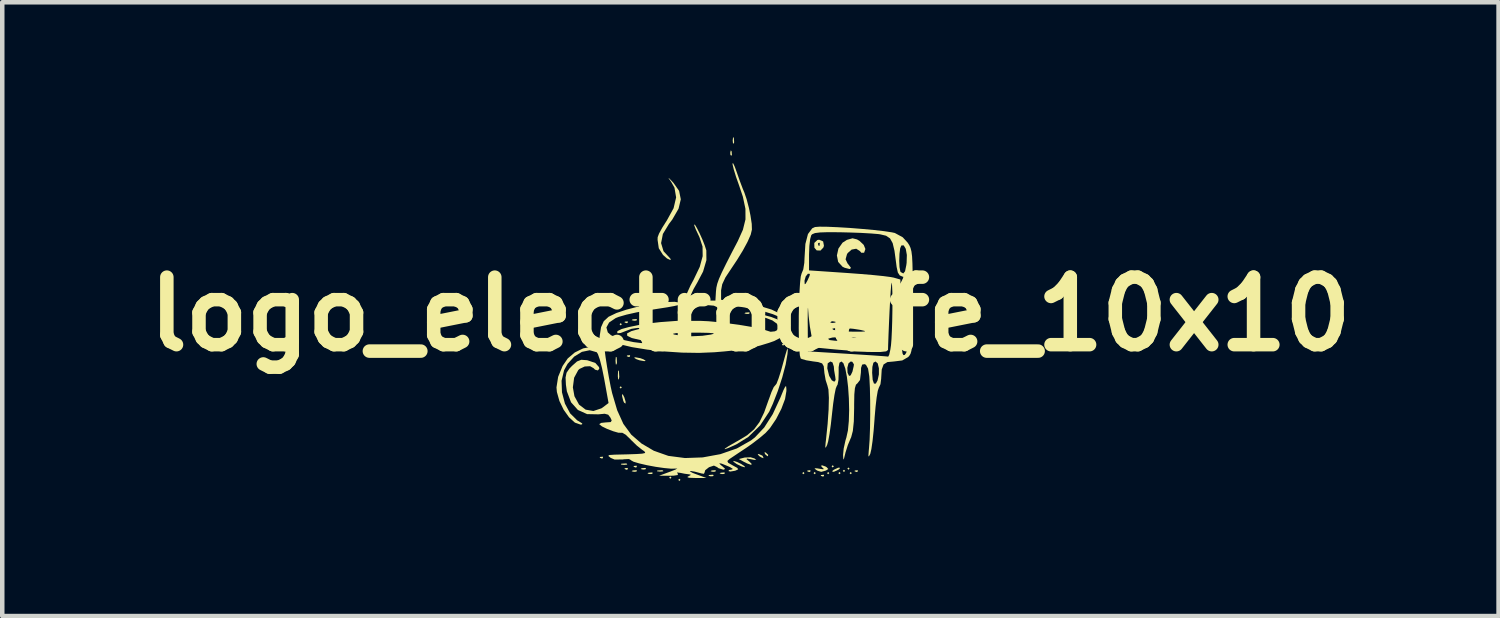
<source format=kicad_pcb>
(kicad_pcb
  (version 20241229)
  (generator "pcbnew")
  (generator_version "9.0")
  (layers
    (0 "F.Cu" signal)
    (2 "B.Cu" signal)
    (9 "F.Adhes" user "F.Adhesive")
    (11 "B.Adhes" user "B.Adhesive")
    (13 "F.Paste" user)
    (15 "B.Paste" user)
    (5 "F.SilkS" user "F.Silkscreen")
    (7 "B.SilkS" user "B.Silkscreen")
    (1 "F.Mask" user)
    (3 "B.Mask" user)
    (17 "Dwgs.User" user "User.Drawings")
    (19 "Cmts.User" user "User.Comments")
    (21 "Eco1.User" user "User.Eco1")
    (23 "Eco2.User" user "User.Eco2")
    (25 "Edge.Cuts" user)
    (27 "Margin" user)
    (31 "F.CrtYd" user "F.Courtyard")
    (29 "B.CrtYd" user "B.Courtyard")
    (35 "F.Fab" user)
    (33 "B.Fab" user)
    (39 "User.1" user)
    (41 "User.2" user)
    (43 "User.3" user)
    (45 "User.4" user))
  (footprint "logo_electrocafe_10x10"
    (layer "F.Cu")
    (at 13.621 3.929)
    (property "Reference" "logo_electrocafe_10x10" (at 0 0 0) (layer "F.SilkS") (effects (font (size 1.5 1.5) (thickness 0.3))))
    (attr board_only exclude_from_pos_files exclude_from_bom)
    (fp_poly (pts (xy -2.856 0.225) (xy -2.881 0.25) (xy -2.906 0.225) (xy -2.881 0.2)) (stroke (width 0) (type solid)) (fill yes) (layer "F.SilkS"))
    (fp_poly (pts (xy -2.856 1.628) (xy -2.881 1.653) (xy -2.906 1.628) (xy -2.881 1.603)) (stroke (width 0) (type solid)) (fill yes) (layer "F.SilkS"))
    (fp_poly (pts (xy -1.753 3.632) (xy -1.779 3.657) (xy -1.804 3.632) (xy -1.779 3.607)) (stroke (width 0) (type solid)) (fill yes) (layer "F.SilkS"))
    (fp_poly (pts (xy -1.553 3.682) (xy -1.578 3.707) (xy -1.603 3.682) (xy -1.578 3.657)) (stroke (width 0) (type solid)) (fill yes) (layer "F.SilkS"))
    (fp_poly (pts (xy 0.751 0.676) (xy 0.726 0.701) (xy 0.701 0.676) (xy 0.726 0.651)) (stroke (width 0) (type solid)) (fill yes) (layer "F.SilkS"))
    (fp_poly (pts (xy 1.202 3.532) (xy 1.177 3.557) (xy 1.152 3.532) (xy 1.177 3.507)) (stroke (width 0) (type solid)) (fill yes) (layer "F.SilkS"))
    (fp_poly (pts (xy 1.453 3.532) (xy 1.428 3.557) (xy 1.403 3.532) (xy 1.428 3.507)) (stroke (width 0) (type solid)) (fill yes) (layer "F.SilkS"))
    (fp_poly (pts (xy 1.753 3.532) (xy 1.728 3.557) (xy 1.703 3.532) (xy 1.728 3.507)) (stroke (width 0) (type solid)) (fill yes) (layer "F.SilkS"))
    (fp_poly (pts (xy 1.854 3.382) (xy 1.829 3.407) (xy 1.804 3.382) (xy 1.829 3.357)) (stroke (width 0) (type solid)) (fill yes) (layer "F.SilkS"))
    (fp_poly (pts (xy 2.004 3.532) (xy 1.979 3.557) (xy 1.954 3.532) (xy 1.979 3.507)) (stroke (width 0) (type solid)) (fill yes) (layer "F.SilkS"))
    (fp_poly (pts (xy 2.104 3.482) (xy 2.079 3.507) (xy 2.054 3.482) (xy 2.079 3.457)) (stroke (width 0) (type solid)) (fill yes) (layer "F.SilkS"))
    (fp_poly (pts (xy 2.204 3.432) (xy 2.179 3.457) (xy 2.154 3.432) (xy 2.179 3.407)) (stroke (width 0) (type solid)) (fill yes) (layer "F.SilkS"))
    (fp_poly (pts (xy 2.254 3.532) (xy 2.229 3.557) (xy 2.204 3.532) (xy 2.229 3.507)) (stroke (width 0) (type solid)) (fill yes) (layer "F.SilkS"))
    (fp_poly (pts (xy -3.273 3.173) (xy -3.28 3.203) (xy -3.307 3.206) (xy -3.348 3.188) (xy -3.34 3.173) (xy -3.28 3.167)) (stroke (width 0) (type solid)) (fill yes) (layer "F.SilkS"))
    (fp_poly (pts (xy -2.743 3.323) (xy -2.737 3.342) (xy -2.806 3.349) (xy -2.877 3.341) (xy -2.868 3.323) (xy -2.766 3.317)) (stroke (width 0) (type solid)) (fill yes) (layer "F.SilkS"))
    (fp_poly (pts (xy -2.722 0.167) (xy -2.729 0.197) (xy -2.755 0.2) (xy -2.797 0.182) (xy -2.789 0.167) (xy -2.729 0.161)) (stroke (width 0) (type solid)) (fill yes) (layer "F.SilkS"))
    (fp_poly (pts (xy -2.722 3.423) (xy -2.729 3.453) (xy -2.755 3.457) (xy -2.797 3.438) (xy -2.789 3.423) (xy -2.729 3.417)) (stroke (width 0) (type solid)) (fill yes) (layer "F.SilkS"))
    (fp_poly (pts (xy -2.672 0.918) (xy -2.679 0.948) (xy -2.705 0.952) (xy -2.747 0.934) (xy -2.739 0.918) (xy -2.679 0.912)) (stroke (width 0) (type solid)) (fill yes) (layer "F.SilkS"))
    (fp_poly (pts (xy -2.522 3.373) (xy -2.529 3.403) (xy -2.555 3.407) (xy -2.596 3.388) (xy -2.588 3.373) (xy -2.529 3.367)) (stroke (width 0) (type solid)) (fill yes) (layer "F.SilkS"))
    (fp_poly (pts (xy -2.518 0.12) (xy -2.533 0.143) (xy -2.584 0.146) (xy -2.638 0.134) (xy -2.615 0.116) (xy -2.536 0.11)) (stroke (width 0) (type solid)) (fill yes) (layer "F.SilkS"))
    (fp_poly (pts (xy -2.518 3.477) (xy -2.533 3.499) (xy -2.584 3.503) (xy -2.638 3.491) (xy -2.615 3.473) (xy -2.536 3.467)) (stroke (width 0) (type solid)) (fill yes) (layer "F.SilkS"))
    (fp_poly (pts (xy -2.318 3.427) (xy -2.333 3.449) (xy -2.384 3.453) (xy -2.437 3.441) (xy -2.414 3.423) (xy -2.336 3.417)) (stroke (width 0) (type solid)) (fill yes) (layer "F.SilkS"))
    (fp_poly (pts (xy -2.268 0.07) (xy -2.283 0.093) (xy -2.334 0.096) (xy -2.387 0.084) (xy -2.364 0.066) (xy -2.286 0.06)) (stroke (width 0) (type solid)) (fill yes) (layer "F.SilkS"))
    (fp_poly (pts (xy -2.168 3.527) (xy -2.183 3.55) (xy -2.234 3.553) (xy -2.287 3.541) (xy -2.264 3.523) (xy -2.186 3.517)) (stroke (width 0) (type solid)) (fill yes) (layer "F.SilkS"))
    (fp_poly (pts (xy -1.941 3.474) (xy -1.935 3.492) (xy -2.004 3.499) (xy -2.075 3.491) (xy -2.067 3.474) (xy -1.964 3.467)) (stroke (width 0) (type solid)) (fill yes) (layer "F.SilkS"))
    (fp_poly (pts (xy -0.815 3.577) (xy -0.83 3.6) (xy -0.881 3.603) (xy -0.934 3.591) (xy -0.911 3.573) (xy -0.833 3.567)) (stroke (width 0) (type solid)) (fill yes) (layer "F.SilkS"))
    (fp_poly (pts (xy -0.765 3.477) (xy -0.78 3.499) (xy -0.831 3.503) (xy -0.884 3.491) (xy -0.861 3.473) (xy -0.783 3.467)) (stroke (width 0) (type solid)) (fill yes) (layer "F.SilkS"))
    (fp_poly (pts (xy -0.565 3.527) (xy -0.58 3.55) (xy -0.63 3.553) (xy -0.684 3.541) (xy -0.661 3.523) (xy -0.582 3.517)) (stroke (width 0) (type solid)) (fill yes) (layer "F.SilkS"))
    (fp_poly (pts (xy -0.417 -3.616) (xy -0.411 -3.538) (xy -0.421 -3.52) (xy -0.443 -3.535) (xy -0.447 -3.586) (xy -0.435 -3.64)) (stroke (width 0) (type solid)) (fill yes) (layer "F.SilkS"))
    (fp_poly (pts (xy -0.368 -3.92) (xy -0.361 -3.818) (xy -0.368 -3.795) (xy -0.386 -3.789) (xy -0.393 -3.858) (xy -0.385 -3.929)) (stroke (width 0) (type solid)) (fill yes) (layer "F.SilkS"))
    (fp_poly (pts (xy -0.014 -0.03) (xy -0.029 -0.007) (xy -0.079 -0.004) (xy -0.133 -0.016) (xy -0.11 -0.034) (xy -0.031 -0.04)) (stroke (width 0) (type solid)) (fill yes) (layer "F.SilkS"))
    (fp_poly (pts (xy 1.336 3.474) (xy 1.329 3.503) (xy 1.303 3.507) (xy 1.261 3.489) (xy 1.269 3.474) (xy 1.329 3.468)) (stroke (width 0) (type solid)) (fill yes) (layer "F.SilkS"))
    (fp_poly (pts (xy 1.637 3.574) (xy 1.63 3.603) (xy 1.603 3.607) (xy 1.562 3.589) (xy 1.57 3.574) (xy 1.629 3.568)) (stroke (width 0) (type solid)) (fill yes) (layer "F.SilkS"))
    (fp_poly (pts (xy 2.388 3.474) (xy 2.381 3.503) (xy 2.355 3.507) (xy 2.313 3.489) (xy 2.321 3.474) (xy 2.381 3.468)) (stroke (width 0) (type solid)) (fill yes) (layer "F.SilkS"))
    (fp_poly (pts (xy 0.265 3.143) (xy 0.276 3.156) (xy 0.293 3.201) (xy 0.246 3.184) (xy 0.2 3.156) (xy 0.162 3.116) (xy 0.185 3.107)) (stroke (width 0) (type solid)) (fill yes) (layer "F.SilkS"))
    (fp_poly (pts (xy 0.343 3.076) (xy 0.397 3.127) (xy 0.386 3.156) (xy 0.379 3.156) (xy 0.336 3.121) (xy 0.321 3.098) (xy 0.315 3.064)) (stroke (width 0) (type solid)) (fill yes) (layer "F.SilkS"))
    (fp_poly (pts (xy -2.974 0.957) (xy -2.971 0.965) (xy -2.964 1.074) (xy -2.973 1.116) (xy -2.99 1.117) (xy -2.996 1.039) (xy -2.996 1.027) (xy -2.989 0.949)) (stroke (width 0) (type solid)) (fill yes) (layer "F.SilkS"))
    (fp_poly (pts (xy -2.921 1.265) (xy -2.913 1.392) (xy -2.921 1.44) (xy -2.936 1.456) (xy -2.944 1.387) (xy -2.944 1.353) (xy -2.939 1.262) (xy -2.926 1.251)) (stroke (width 0) (type solid)) (fill yes) (layer "F.SilkS"))
    (fp_poly (pts (xy -2.801 1.848) (xy -2.772 1.945) (xy -2.773 1.988) (xy -2.805 1.967) (xy -2.824 1.927) (xy -2.85 1.823) (xy -2.852 1.787) (xy -2.835 1.782)) (stroke (width 0) (type solid)) (fill yes) (layer "F.SilkS"))
    (fp_poly (pts (xy -2.448 0.978) (xy -2.38 1.002) (xy -2.325 1.035) (xy -2.355 1.045) (xy -2.462 1.026) (xy -2.53 1.002) (xy -2.585 0.969) (xy -2.555 0.959)) (stroke (width 0) (type solid)) (fill yes) (layer "F.SilkS"))
    (fp_poly (pts (xy 1.988 3.429) (xy 1.954 3.457) (xy 1.863 3.499) (xy 1.829 3.505) (xy 1.82 3.485) (xy 1.854 3.457) (xy 1.945 3.414) (xy 1.979 3.408)) (stroke (width 0) (type solid)) (fill yes) (layer "F.SilkS"))
    (fp_poly (pts (xy -0.299 3.283) (xy -0.2 3.332) (xy -0.127 3.381) (xy -0.124 3.403) (xy -0.125 3.403) (xy -0.202 3.38) (xy -0.301 3.332) (xy -0.374 3.282) (xy -0.377 3.26) (xy -0.376 3.26)) (stroke (width 0) (type solid)) (fill yes) (layer "F.SilkS"))
    (fp_poly (pts (xy 0.09 3.206) (xy 0.13 3.237) (xy 0.085 3.238) (xy 0.025 3.226) (xy -0.074 3.208) (xy -0.086 3.222) (xy -0.025 3.274) (xy 0.033 3.332) (xy 0.012 3.347) (xy -0.073 3.317) (xy -0.141 3.283) (xy -0.257 3.219) (xy -0.127 3.186) (xy 0.004 3.18)) (stroke (width 0) (type solid)) (fill yes) (layer "F.SilkS"))
    (fp_poly (pts (xy 1.671 3.386) (xy 1.695 3.401) (xy 1.731 3.441) (xy 1.678 3.475) (xy 1.573 3.504) (xy 1.492 3.479) (xy 1.453 3.455) (xy 1.424 3.424) (xy 1.481 3.426) (xy 1.528 3.434) (xy 1.621 3.448) (xy 1.627 3.431) (xy 1.603 3.412) (xy 1.566 3.369) (xy 1.597 3.36)) (stroke (width 0) (type solid)) (fill yes) (layer "F.SilkS"))
    (fp_poly (pts (xy 1.616 -1.616) (xy 1.634 -1.521) (xy 1.623 -1.482) (xy 1.558 -1.413) (xy 1.473 -1.416) (xy 1.422 -1.476) (xy 1.42 -1.553) (xy 1.503 -1.553) (xy 1.521 -1.512) (xy 1.536 -1.52) (xy 1.542 -1.579) (xy 1.536 -1.586) (xy 1.507 -1.58) (xy 1.503 -1.553) (xy 1.42 -1.553) (xy 1.42 -1.582) (xy 1.488 -1.647) (xy 1.528 -1.653)) (stroke (width 0) (type solid)) (fill yes) (layer "F.SilkS"))
    (fp_poly (pts (xy 2.369 -1.66) (xy 2.425 -1.627) (xy 2.518 -1.538) (xy 2.555 -1.447) (xy 2.527 -1.365) (xy 2.467 -1.363) (xy 2.43 -1.403) (xy 2.351 -1.453) (xy 2.249 -1.434) (xy 2.161 -1.356) (xy 2.145 -1.328) (xy 2.115 -1.218) (xy 2.158 -1.127) (xy 2.179 -1.102) (xy 2.234 -1.029) (xy 2.214 -1.004) (xy 2.2 -1.003) (xy 2.097 -1.029) (xy 2.047 -1.053) (xy 1.95 -1.16) (xy 1.922 -1.304) (xy 1.956 -1.457) (xy 2.048 -1.588) (xy 2.145 -1.65) (xy 2.269 -1.685)) (stroke (width 0) (type solid)) (fill yes) (layer "F.SilkS"))
    (fp_poly (pts (xy -1.754 -2.965) (xy -1.709 -2.917) (xy -1.584 -2.739) (xy -1.546 -2.551) (xy -1.596 -2.342) (xy -1.734 -2.103) (xy -1.809 -2.004) (xy -1.944 -1.781) (xy -1.984 -1.578) (xy -1.93 -1.398) (xy -1.808 -1.267) (xy -1.766 -1.218) (xy -1.782 -1.204) (xy -1.852 -1.236) (xy -1.941 -1.315) (xy -2.035 -1.464) (xy -2.062 -1.651) (xy -2.06 -1.709) (xy -2.03 -1.789) (xy -1.957 -1.922) (xy -1.857 -2.08) (xy -1.854 -2.085) (xy -1.706 -2.354) (xy -1.65 -2.593) (xy -1.686 -2.808) (xy -1.759 -2.937) (xy -1.815 -3.016) (xy -1.815 -3.026)) (stroke (width 0) (type solid)) (fill yes) (layer "F.SilkS"))
    (fp_poly (pts (xy 0.831 0.809) (xy 0.824 0.888) (xy 0.784 1.118) (xy 0.709 1.402) (xy 0.61 1.706) (xy 0.498 1.994) (xy 0.418 2.168) (xy 0.216 2.473) (xy -0.048 2.73) (xy -0.315 2.895) (xy -0.485 2.972) (xy -0.569 3.001) (xy -0.567 2.987) (xy -0.482 2.931) (xy -0.313 2.834) (xy -0.276 2.814) (xy -0.071 2.69) (xy 0.082 2.559) (xy 0.202 2.399) (xy 0.305 2.186) (xy 0.408 1.897) (xy 0.41 1.894) (xy 0.468 1.732) (xy 0.519 1.62) (xy 0.553 1.58) (xy 0.554 1.58) (xy 0.581 1.545) (xy 0.625 1.431) (xy 0.68 1.259) (xy 0.72 1.114) (xy 0.777 0.907) (xy 0.812 0.791) (xy 0.829 0.76)) (stroke (width 0) (type solid)) (fill yes) (layer "F.SilkS"))
    (fp_poly (pts (xy 1.712 -1.941) (xy 1.943 -1.931) (xy 2.208 -1.915) (xy 2.482 -1.893) (xy 2.745 -1.869) (xy 2.973 -1.843) (xy 3.144 -1.817) (xy 3.209 -1.803) (xy 3.384 -1.708) (xy 3.494 -1.588) (xy 3.531 -1.53) (xy 3.558 -1.47) (xy 3.578 -1.392) (xy 3.592 -1.283) (xy 3.6 -1.128) (xy 3.605 -0.915) (xy 3.607 -0.628) (xy 3.607 -0.285) (xy 3.607 0.082) (xy 3.604 0.363) (xy 3.6 0.57) (xy 3.591 0.716) (xy 3.577 0.815) (xy 3.558 0.88) (xy 3.531 0.925) (xy 3.507 0.952) (xy 3.374 1.029) (xy 3.187 1.052) (xy 3.044 1.065) (xy 2.959 1.118) (xy 2.918 1.23) (xy 2.906 1.421) (xy 2.906 1.43) (xy 2.89 1.557) (xy 2.853 1.636) (xy 2.83 1.704) (xy 2.805 1.851) (xy 2.781 2.057) (xy 2.76 2.3) (xy 2.758 2.335) (xy 2.738 2.591) (xy 2.714 2.819) (xy 2.688 2.998) (xy 2.664 3.102) (xy 2.662 3.106) (xy 2.632 3.164) (xy 2.622 3.147) (xy 2.629 3.044) (xy 2.635 2.981) (xy 2.649 2.788) (xy 2.658 2.526) (xy 2.662 2.226) (xy 2.661 1.921) (xy 2.655 1.641) (xy 2.644 1.418) (xy 2.641 1.378) (xy 2.629 1.303) (xy 2.705 1.303) (xy 2.717 1.461) (xy 2.746 1.544) (xy 2.787 1.543) (xy 2.825 1.474) (xy 2.855 1.34) (xy 2.855 1.203) (xy 2.829 1.095) (xy 2.78 1.052) (xy 2.733 1.079) (xy 2.71 1.172) (xy 2.705 1.303) (xy 2.629 1.303) (xy 2.614 1.21) (xy 2.568 1.126) (xy 2.536 1.111) (xy 2.483 1.121) (xy 2.459 1.194) (xy 2.455 1.3) (xy 2.435 1.464) (xy 2.38 1.535) (xy 2.345 1.568) (xy 2.322 1.646) (xy 2.309 1.785) (xy 2.305 2.003) (xy 2.305 2.087) (xy 2.298 2.384) (xy 2.276 2.596) (xy 2.239 2.735) (xy 2.229 2.756) (xy 2.165 2.909) (xy 2.111 3.081) (xy 2.109 3.092) (xy 2.08 3.209) (xy 2.066 3.233) (xy 2.061 3.169) (xy 2.059 3.128) (xy 2.073 2.985) (xy 2.112 2.808) (xy 2.132 2.743) (xy 2.167 2.585) (xy 2.187 2.375) (xy 2.194 2.131) (xy 2.188 1.873) (xy 2.171 1.621) (xy 2.144 1.394) (xy 2.109 1.21) (xy 2.102 1.191) (xy 2.154 1.191) (xy 2.158 1.3) (xy 2.192 1.373) (xy 2.228 1.36) (xy 2.267 1.278) (xy 2.295 1.157) (xy 2.3 1.115) (xy 2.264 1.059) (xy 2.229 1.052) (xy 2.179 1.094) (xy 2.154 1.191) (xy 2.102 1.191) (xy 2.066 1.09) (xy 2.023 1.052) (xy 1.979 1.08) (xy 1.961 1.176) (xy 1.961 1.307) (xy 1.957 1.459) (xy 1.937 1.567) (xy 1.92 1.595) (xy 1.896 1.655) (xy 1.868 1.794) (xy 1.839 1.991) (xy 1.815 2.204) (xy 1.788 2.447) (xy 1.758 2.663) (xy 1.728 2.827) (xy 1.705 2.906) (xy 1.674 2.968) (xy 1.664 2.953) (xy 1.672 2.852) (xy 1.678 2.806) (xy 1.716 2.438) (xy 1.738 2.118) (xy 1.744 1.86) (xy 1.734 1.676) (xy 1.712 1.589) (xy 1.672 1.465) (xy 1.644 1.305) (xy 1.642 1.278) (xy 1.634 1.203) (xy 1.708 1.203) (xy 1.749 1.366) (xy 1.752 1.374) (xy 1.809 1.471) (xy 1.864 1.502) (xy 1.894 1.464) (xy 1.885 1.39) (xy 1.86 1.245) (xy 1.854 1.165) (xy 1.825 1.074) (xy 1.778 1.052) (xy 1.718 1.093) (xy 1.708 1.203) (xy 1.634 1.203) (xy 1.629 1.156) (xy 1.593 1.094) (xy 1.506 1.065) (xy 1.392 1.05) (xy 1.244 1.026) (xy 1.14 0.997) (xy 1.117 0.983) (xy 1.099 0.916) (xy 1.086 0.768) (xy 1.078 0.56) (xy 1.074 0.312) (xy 1.075 0.171) (xy 1.273 0.171) (xy 1.274 0.225) (xy 1.278 0.827) (xy 2.154 0.881) (xy 2.441 0.899) (xy 2.691 0.915) (xy 2.889 0.929) (xy 3.019 0.939) (xy 3.062 0.944) (xy 3.084 0.903) (xy 3.109 0.791) (xy 3.124 0.689) (xy 3.135 0.552) (xy 3.144 0.364) (xy 3.151 0.145) (xy 3.155 -0.085) (xy 3.156 -0.305) (xy 3.154 -0.493) (xy 3.148 -0.63) (xy 3.14 -0.695) (xy 3.136 -0.697) (xy 3.128 -0.644) (xy 3.117 -0.51) (xy 3.105 -0.313) (xy 3.092 -0.075) (xy 3.08 0.188) (xy 3.069 0.454) (xy 3.06 0.706) (xy 3.058 0.796) (xy 3.016 0.827) (xy 2.888 0.841) (xy 2.674 0.841) (xy 2.368 0.824) (xy 1.968 0.792) (xy 1.722 0.769) (xy 1.416 0.739) (xy 1.374 0.551) (xy 1.728 0.551) (xy 1.759 0.576) (xy 1.884 0.591) (xy 2.097 0.596) (xy 2.164 0.595) (xy 2.378 0.59) (xy 2.494 0.58) (xy 2.516 0.564) (xy 2.48 0.551) (xy 2.327 0.525) (xy 2.147 0.511) (xy 1.968 0.509) (xy 1.821 0.52) (xy 1.736 0.543) (xy 1.728 0.551) (xy 1.374 0.551) (xy 1.358 0.482) (xy 1.33 0.323) (xy 1.821 0.323) (xy 1.834 0.343) (xy 1.854 0.351) (xy 1.97 0.372) (xy 2.144 0.386) (xy 2.305 0.39) (xy 2.472 0.389) (xy 2.547 0.384) (xy 2.538 0.373) (xy 2.452 0.352) (xy 2.43 0.348) (xy 2.288 0.326) (xy 2.136 0.312) (xy 1.993 0.307) (xy 1.881 0.311) (xy 1.821 0.323) (xy 1.33 0.323) (xy 1.322 0.278) (xy 1.315 0.221) (xy 2.161 0.221) (xy 2.197 0.228) (xy 2.314 0.231) (xy 2.455 0.232) (xy 2.629 0.231) (xy 2.728 0.226) (xy 2.744 0.22) (xy 2.693 0.214) (xy 2.483 0.206) (xy 2.262 0.211) (xy 2.217 0.214) (xy 2.161 0.221) (xy 1.315 0.221) (xy 1.311 0.188) (xy 1.775 0.188) (xy 1.824 0.196) (xy 1.889 0.187) (xy 1.89 0.17) (xy 1.823 0.158) (xy 1.794 0.166) (xy 1.775 0.188) (xy 1.311 0.188) (xy 1.294 0.044) (xy 1.285 -0.075) (xy 1.28 -0.143) (xy 1.276 -0.12) (xy 1.274 -0.012) (xy 1.273 0.171) (xy 1.075 0.171) (xy 1.075 0.044) (xy 1.081 -0.225) (xy 1.09 -0.475) (xy 1.103 -0.685) (xy 1.108 -0.736) (xy 1.203 -0.736) (xy 1.207 -0.665) (xy 1.228 -0.676) (xy 1.27 -0.751) (xy 1.313 -0.847) (xy 1.323 -0.894) (xy 1.278 -0.898) (xy 1.23 -0.839) (xy 1.204 -0.75) (xy 1.203 -0.736) (xy 1.108 -0.736) (xy 1.119 -0.836) (xy 1.139 -0.908) (xy 1.14 -0.909) (xy 1.166 -0.972) (xy 1.303 -0.972) (xy 2.167 -0.913) (xy 2.462 -0.891) (xy 2.732 -0.868) (xy 2.957 -0.845) (xy 3.117 -0.824) (xy 3.181 -0.812) (xy 3.332 -0.769) (xy 3.345 0.096) (xy 3.351 0.411) (xy 3.358 0.637) (xy 3.368 0.788) (xy 3.381 0.875) (xy 3.4 0.91) (xy 3.425 0.907) (xy 3.433 0.901) (xy 3.462 0.859) (xy 3.482 0.778) (xy 3.496 0.645) (xy 3.503 0.446) (xy 3.507 0.167) (xy 3.507 0.02) (xy 3.507 -0.8) (xy 3.388 -0.83) (xy 3.318 -0.86) (xy 3.276 -0.924) (xy 3.249 -1.047) (xy 3.235 -1.156) (xy 3.231 -1.186) (xy 3.307 -1.186) (xy 3.313 -1.045) (xy 3.331 -0.95) (xy 3.34 -0.935) (xy 3.397 -0.904) (xy 3.436 -0.952) (xy 3.464 -1.088) (xy 3.471 -1.139) (xy 3.476 -1.315) (xy 3.452 -1.451) (xy 3.407 -1.527) (xy 3.354 -1.526) (xy 3.328 -1.464) (xy 3.312 -1.338) (xy 3.307 -1.186) (xy 3.231 -1.186) (xy 3.201 -1.408) (xy 3.161 -1.577) (xy 3.102 -1.683) (xy 3.014 -1.742) (xy 2.884 -1.773) (xy 2.839 -1.779) (xy 2.682 -1.792) (xy 2.457 -1.805) (xy 2.197 -1.814) (xy 1.99 -1.819) (xy 1.727 -1.821) (xy 1.548 -1.815) (xy 1.435 -1.801) (xy 1.373 -1.775) (xy 1.352 -1.753) (xy 1.328 -1.668) (xy 1.31 -1.515) (xy 1.303 -1.327) (xy 1.303 -1.325) (xy 1.303 -0.972) (xy 1.166 -0.972) (xy 1.175 -0.993) (xy 1.198 -1.14) (xy 1.203 -1.25) (xy 1.222 -1.56) (xy 1.279 -1.779) (xy 1.373 -1.906) (xy 1.435 -1.935) (xy 1.535 -1.943)) (stroke (width 0) (type solid)) (fill yes) (layer "F.SilkS"))
    (fp_poly (pts (xy -0.347 -3.275) (xy -0.304 -3.156) (xy -0.237 -2.965) (xy -0.168 -2.782) (xy -0.134 -2.702) (xy -0.084 -2.555) (xy -0.032 -2.357) (xy 0.002 -2.19) (xy 0.03 -2.006) (xy 0.034 -1.878) (xy 0.007 -1.765) (xy -0.055 -1.624) (xy -0.07 -1.593) (xy -0.168 -1.413) (xy -0.298 -1.201) (xy -0.425 -1.011) (xy -0.555 -0.815) (xy -0.626 -0.663) (xy -0.651 -0.529) (xy -0.651 -0.507) (xy -0.651 -0.319) (xy -0.188 -0.257) (xy 0.176 -0.191) (xy 0.469 -0.102) (xy 0.688 0.003) (xy 0.828 0.121) (xy 0.886 0.245) (xy 0.858 0.369) (xy 0.741 0.488) (xy 0.53 0.597) (xy 0.414 0.638) (xy 0.217 0.698) (xy 0.045 0.743) (xy -0.128 0.776) (xy -0.328 0.803) (xy -0.585 0.829) (xy -0.802 0.847) (xy -1.139 0.861) (xy -1.518 0.855) (xy -1.911 0.829) (xy -2.292 0.788) (xy -2.632 0.733) (xy -2.905 0.668) (xy -2.943 0.656) (xy -3.097 0.607) (xy -3.209 0.58) (xy -3.25 0.578) (xy -3.253 0.636) (xy -3.241 0.77) (xy -3.217 0.957) (xy -3.183 1.176) (xy -3.144 1.402) (xy -3.103 1.614) (xy -3.072 1.753) (xy -2.959 2.136) (xy -2.822 2.438) (xy -2.646 2.678) (xy -2.419 2.874) (xy -2.144 3.036) (xy -1.823 3.149) (xy -1.453 3.197) (xy -1.06 3.183) (xy -0.667 3.111) (xy -0.301 2.984) (xy 0.015 2.805) (xy 0.1 2.739) (xy 0.308 2.518) (xy 0.497 2.221) (xy 0.667 1.854) (xy 0.735 1.688) (xy 0.775 1.608) (xy 0.794 1.603) (xy 0.8 1.666) (xy 0.8 1.708) (xy 0.77 1.886) (xy 0.688 2.104) (xy 0.571 2.331) (xy 0.435 2.532) (xy 0.34 2.637) (xy 0.206 2.751) (xy 0.032 2.884) (xy -0.1 2.976) (xy -0.257 3.08) (xy -0.391 3.17) (xy -0.464 3.219) (xy -0.512 3.263) (xy -0.493 3.303) (xy -0.393 3.36) (xy -0.392 3.361) (xy -0.29 3.417) (xy -0.271 3.448) (xy -0.325 3.474) (xy -0.345 3.48) (xy -0.444 3.497) (xy -0.488 3.486) (xy -0.472 3.462) (xy -0.422 3.455) (xy -0.388 3.44) (xy -0.451 3.399) (xy -0.494 3.38) (xy -0.636 3.322) (xy -0.692 3.312) (xy -0.663 3.348) (xy -0.623 3.38) (xy -0.563 3.435) (xy -0.585 3.454) (xy -0.604 3.455) (xy -0.707 3.423) (xy -0.74 3.398) (xy -0.81 3.365) (xy -0.913 3.399) (xy -0.924 3.405) (xy -1.004 3.468) (xy -1.019 3.52) (xy -1.032 3.547) (xy -1.083 3.54) (xy -1.234 3.5) (xy -1.325 3.485) (xy -1.345 3.494) (xy -1.283 3.527) (xy -1.228 3.548) (xy -0.978 3.64) (xy -1.225 3.64) (xy -1.364 3.635) (xy -1.403 3.619) (xy -1.375 3.602) (xy -1.32 3.571) (xy -1.353 3.56) (xy -1.459 3.546) (xy -1.553 3.527) (xy -1.631 3.517) (xy -1.615 3.543) (xy -1.614 3.544) (xy -1.611 3.574) (xy -1.707 3.589) (xy -1.789 3.59) (xy -2.028 3.59) (xy -1.778 3.498) (xy -1.664 3.453) (xy -1.624 3.429) (xy -1.653 3.431) (xy -1.757 3.434) (xy -1.916 3.419) (xy -2.105 3.392) (xy -2.298 3.356) (xy -2.471 3.316) (xy -2.598 3.278) (xy -2.654 3.246) (xy -2.655 3.242) (xy -2.698 3.219) (xy -2.808 3.224) (xy -2.831 3.228) (xy -3.016 3.231) (xy -3.103 3.194) (xy -3.157 3.15) (xy -3.137 3.13) (xy -3.033 3.123) (xy -3.015 3.122) (xy -2.728 3.115) (xy -2.529 3.108) (xy -2.406 3.1) (xy -2.346 3.087) (xy -2.337 3.068) (xy -2.367 3.04) (xy -2.405 3.014) (xy -2.521 2.922) (xy -2.649 2.798) (xy -2.675 2.77) (xy -2.773 2.677) (xy -2.848 2.635) (xy -2.865 2.636) (xy -2.932 2.635) (xy -3.05 2.601) (xy -3.183 2.55) (xy -3.296 2.495) (xy -3.354 2.449) (xy -3.356 2.442) (xy -3.313 2.416) (xy -3.208 2.405) (xy -3.205 2.405) (xy -3.102 2.398) (xy -3.081 2.362) (xy -3.109 2.3) (xy -3.159 2.234) (xy -3.237 2.213) (xy -3.376 2.226) (xy -3.379 2.226) (xy -3.628 2.221) (xy -3.832 2.129) (xy -3.984 1.959) (xy -4.077 1.716) (xy -4.098 1.57) (xy -4.106 1.408) (xy -4.084 1.302) (xy -4.02 1.209) (xy -3.962 1.149) (xy -3.851 1.051) (xy -3.757 1.014) (xy -3.635 1.023) (xy -3.618 1.026) (xy -3.444 1.085) (xy -3.363 1.177) (xy -3.357 1.215) (xy -3.389 1.251) (xy -3.451 1.234) (xy -3.482 1.202) (xy -3.561 1.157) (xy -3.68 1.163) (xy -3.794 1.216) (xy -3.824 1.243) (xy -3.916 1.413) (xy -3.944 1.627) (xy -3.909 1.824) (xy -3.807 2.01) (xy -3.66 2.122) (xy -3.488 2.152) (xy -3.31 2.093) (xy -3.267 2.063) (xy -3.151 1.975) (xy -3.249 1.432) (xy -3.296 1.2) (xy -3.344 1.012) (xy -3.388 0.886) (xy -3.414 0.846) (xy -3.569 0.802) (xy -3.743 0.838) (xy -3.914 0.943) (xy -4.062 1.105) (xy -4.139 1.246) (xy -4.195 1.48) (xy -4.186 1.737) (xy -4.12 1.988) (xy -4.004 2.205) (xy -3.847 2.36) (xy -3.815 2.378) (xy -3.735 2.429) (xy -3.74 2.45) (xy -3.777 2.453) (xy -3.899 2.41) (xy -4.028 2.293) (xy -4.148 2.125) (xy -4.243 1.929) (xy -4.299 1.729) (xy -4.308 1.628) (xy -4.271 1.393) (xy -4.172 1.152) (xy -4.058 0.985) (xy -3.902 0.852) (xy -3.716 0.761) (xy -3.537 0.727) (xy -3.463 0.735) (xy -3.409 0.737) (xy -3.376 0.692) (xy -3.356 0.58) (xy -3.346 0.474) (xy -3.318 0.291) (xy -3.258 0.158) (xy -3.15 0.058) (xy -2.974 -0.026) (xy -2.755 -0.099) (xy -2.531 -0.158) (xy -2.29 -0.208) (xy -2.053 -0.246) (xy -1.843 -0.269) (xy -1.682 -0.274) (xy -1.593 -0.259) (xy -1.587 -0.254) (xy -1.569 -0.233) (xy -1.572 -0.216) (xy -1.61 -0.199) (xy -1.697 -0.179) (xy -1.845 -0.152) (xy -2.069 -0.117) (xy -2.29 -0.082) (xy -2.529 -0.039) (xy -2.752 0.011) (xy -2.926 0.061) (xy -2.992 0.087) (xy -3.139 0.186) (xy -3.199 0.296) (xy -3.168 0.405) (xy -3.097 0.468) (xy -2.968 0.526) (xy -2.787 0.581) (xy -2.593 0.622) (xy -2.423 0.643) (xy -2.327 0.639) (xy -2.297 0.618) (xy -2.367 0.592) (xy -2.435 0.578) (xy -2.634 0.531) (xy -2.736 0.481) (xy -2.739 0.436) (xy -1.719 0.436) (xy -1.703 0.451) (xy -1.533 0.482) (xy -1.307 0.492) (xy -1.066 0.481) (xy -0.877 0.454) (xy -0.813 0.436) (xy -0.828 0.424) (xy -0.927 0.416) (xy -1.117 0.412) (xy -1.252 0.412) (xy -1.492 0.414) (xy -1.65 0.422) (xy -1.719 0.436) (xy -2.739 0.436) (xy -2.74 0.429) (xy -2.645 0.378) (xy -2.545 0.35) (xy -2.447 0.324) (xy -2.441 0.311) (xy -2.505 0.306) (xy -2.64 0.326) (xy -2.775 0.377) (xy -2.882 0.419) (xy -2.952 0.424) (xy -2.961 0.393) (xy -2.944 0.373) (xy -2.861 0.331) (xy -2.7 0.287) (xy -2.486 0.243) (xy -2.243 0.204) (xy -1.992 0.176) (xy -1.933 0.172) (xy -1.478 0.138) (xy -1.476 -0.025) (xy -1.353 -0.025) (xy -1.353 0.15) (xy -1.096 0.15) (xy -0.929 0.158) (xy -0.706 0.179) (xy -0.454 0.21) (xy -0.198 0.246) (xy 0.034 0.285) (xy 0.216 0.322) (xy 0.315 0.35) (xy 0.449 0.392) (xy 0.544 0.382) (xy 0.599 0.353) (xy 0.634 0.29) (xy 0.592 0.214) (xy 0.489 0.14) (xy 0.345 0.085) (xy 0.293 0.074) (xy 0.174 0.048) (xy 0.116 0.025) (xy 0.115 0.018) (xy 0.186 0.006) (xy 0.313 0.023) (xy 0.459 0.062) (xy 0.588 0.112) (xy 0.657 0.156) (xy 0.733 0.208) (xy 0.776 0.201) (xy 0.764 0.139) (xy 0.667 0.071) (xy 0.5 0.001) (xy 0.278 -0.067) (xy 0.016 -0.125) (xy -0.272 -0.171) (xy -0.344 -0.18) (xy -0.515 -0.197) (xy -0.605 -0.198) (xy -0.633 -0.177) (xy -0.617 -0.13) (xy -0.607 -0.111) (xy -0.558 -0.005) (xy -0.568 0.032) (xy -0.621 0.02) (xy -0.692 -0.047) (xy -0.717 -0.104) (xy -0.746 -0.158) (xy -0.812 -0.188) (xy -0.941 -0.199) (xy -1.047 -0.2) (xy -1.353 -0.2) (xy -1.353 -0.025) (xy -1.476 -0.025) (xy -1.474 -0.124) (xy -1.46 -0.286) (xy -1.417 -0.445) (xy -1.332 -0.633) (xy -1.261 -0.766) (xy -1.125 -1.05) (xy -1.06 -1.288) (xy -1.063 -1.502) (xy -1.133 -1.713) (xy -1.152 -1.753) (xy -1.213 -1.882) (xy -1.247 -1.972) (xy -1.25 -1.989) (xy -1.231 -1.985) (xy -1.187 -1.912) (xy -1.128 -1.795) (xy -1.066 -1.658) (xy -1.013 -1.524) (xy -0.98 -1.42) (xy -0.979 -1.415) (xy -0.977 -1.199) (xy -1.051 -0.946) (xy -1.18 -0.701) (xy -1.261 -0.56) (xy -1.319 -0.434) (xy -1.326 -0.413) (xy -1.338 -0.35) (xy -1.314 -0.317) (xy -1.231 -0.303) (xy -1.069 -0.301) (xy -1.068 -0.301) (xy -0.777 -0.301) (xy -0.765 -0.504) (xy -0.756 -0.587) (xy -0.736 -0.675) (xy -0.698 -0.783) (xy -0.635 -0.925) (xy -0.542 -1.115) (xy -0.413 -1.368) (xy -0.28 -1.622) (xy -0.166 -1.875) (xy -0.109 -2.105) (xy -0.11 -2.34) (xy -0.167 -2.608) (xy -0.25 -2.856) (xy -0.319 -3.051) (xy -0.37 -3.217) (xy -0.396 -3.327) (xy -0.398 -3.348) (xy -0.383 -3.351)) (stroke (width 0) (type solid)) (fill yes) (layer "F.SilkS")))
  (gr_rect
    (start -3 -3)
    (end 30.243 10.636)
    (stroke (width 0.1) (type default))
    (fill no)
    (layer "Edge.Cuts")))
</source>
